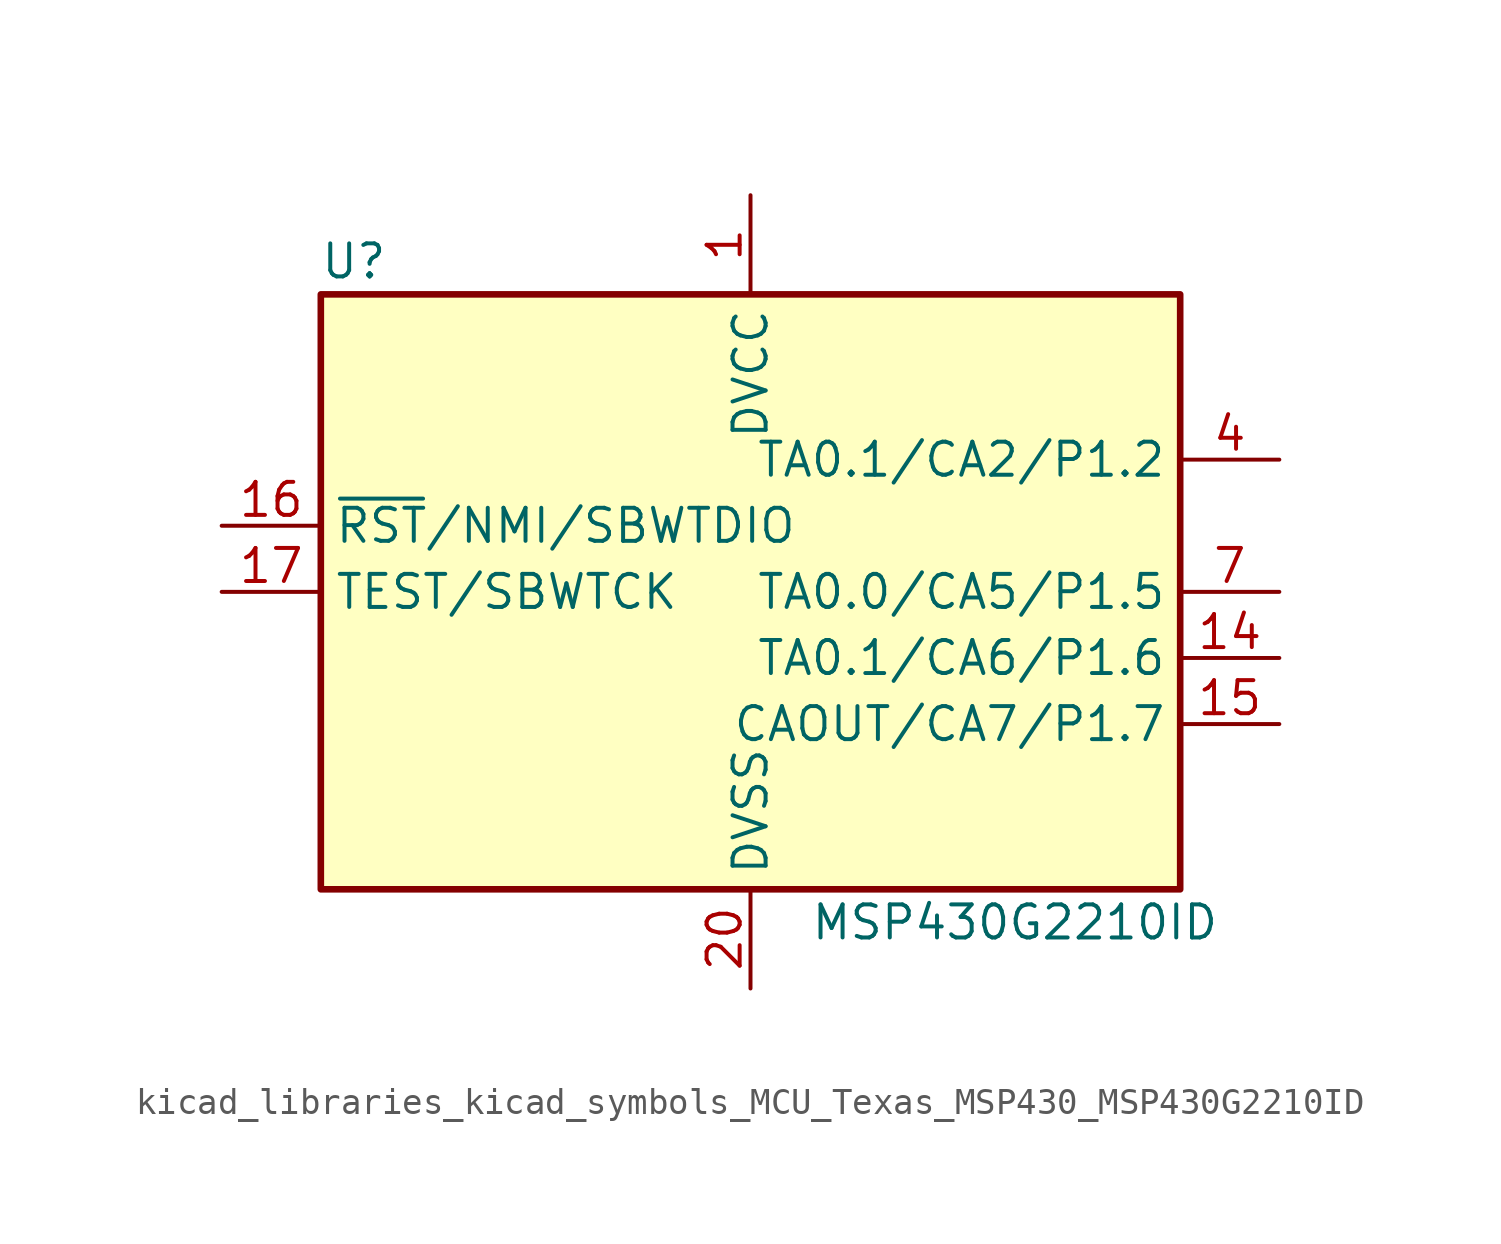
<source format=kicad_sym>
(kicad_symbol_lib
  (version 20220914)
  (generator kicad_symbol_editor)
  (symbol "kicad_libraries_kicad_symbols_MCU_Texas_MSP430_MSP430G2210ID"
    (property "Reference" "U"
      (at -15.24 12.7 0)
      (effects (font (size 1.27 1.27))))
    (property "Value" "MSP430G2210ID"
      (at 10.16 -12.7 0)
      (effects (font (size 1.27 1.27))))
    (symbol "kicad_libraries_kicad_symbols_MCU_Texas_MSP430_MSP430G2210ID_0_1"
      (rectangle (start -16.51 11.43) (end 16.51 -11.43) (stroke (width 0.254) (type default)) (fill (type background))))
    (symbol "kicad_libraries_kicad_symbols_MCU_Texas_MSP430_MSP430G2210ID_1_1"
      (pin power_in line (at 0 15.24 270) (length 3.81) (name "DVCC" (effects (font (size 1.27 1.27)))) (number "1" (effects (font (size 1.27 1.27)))))
      (pin bidirectional line (at 20.32 -2.54 180) (length 3.81) (name "TA0.1/CA6/P1.6" (effects (font (size 1.27 1.27)))) (number "14" (effects (font (size 1.27 1.27)))))
      (pin bidirectional line (at 20.32 -5.08 180) (length 3.81) (name "CAOUT/CA7/P1.7" (effects (font (size 1.27 1.27)))) (number "15" (effects (font (size 1.27 1.27)))))
      (pin input line (at -20.32 2.54 0) (length 3.81) (name "~{RST}/NMI/SBWTDIO" (effects (font (size 1.27 1.27)))) (number "16" (effects (font (size 1.27 1.27)))))
      (pin input line (at -20.32 0 0) (length 3.81) (name "TEST/SBWTCK" (effects (font (size 1.27 1.27)))) (number "17" (effects (font (size 1.27 1.27)))))
      (pin power_in line (at 0 -15.24 90) (length 3.81) (name "DVSS" (effects (font (size 1.27 1.27)))) (number "20" (effects (font (size 1.27 1.27)))))
      (pin bidirectional line (at 20.32 5.08 180) (length 3.81) (name "TA0.1/CA2/P1.2" (effects (font (size 1.27 1.27)))) (number "4" (effects (font (size 1.27 1.27)))))
      (pin bidirectional line (at 20.32 0 180) (length 3.81) (name "TA0.0/CA5/P1.5" (effects (font (size 1.27 1.27)))) (number "7" (effects (font (size 1.27 1.27))))))))
</source>
